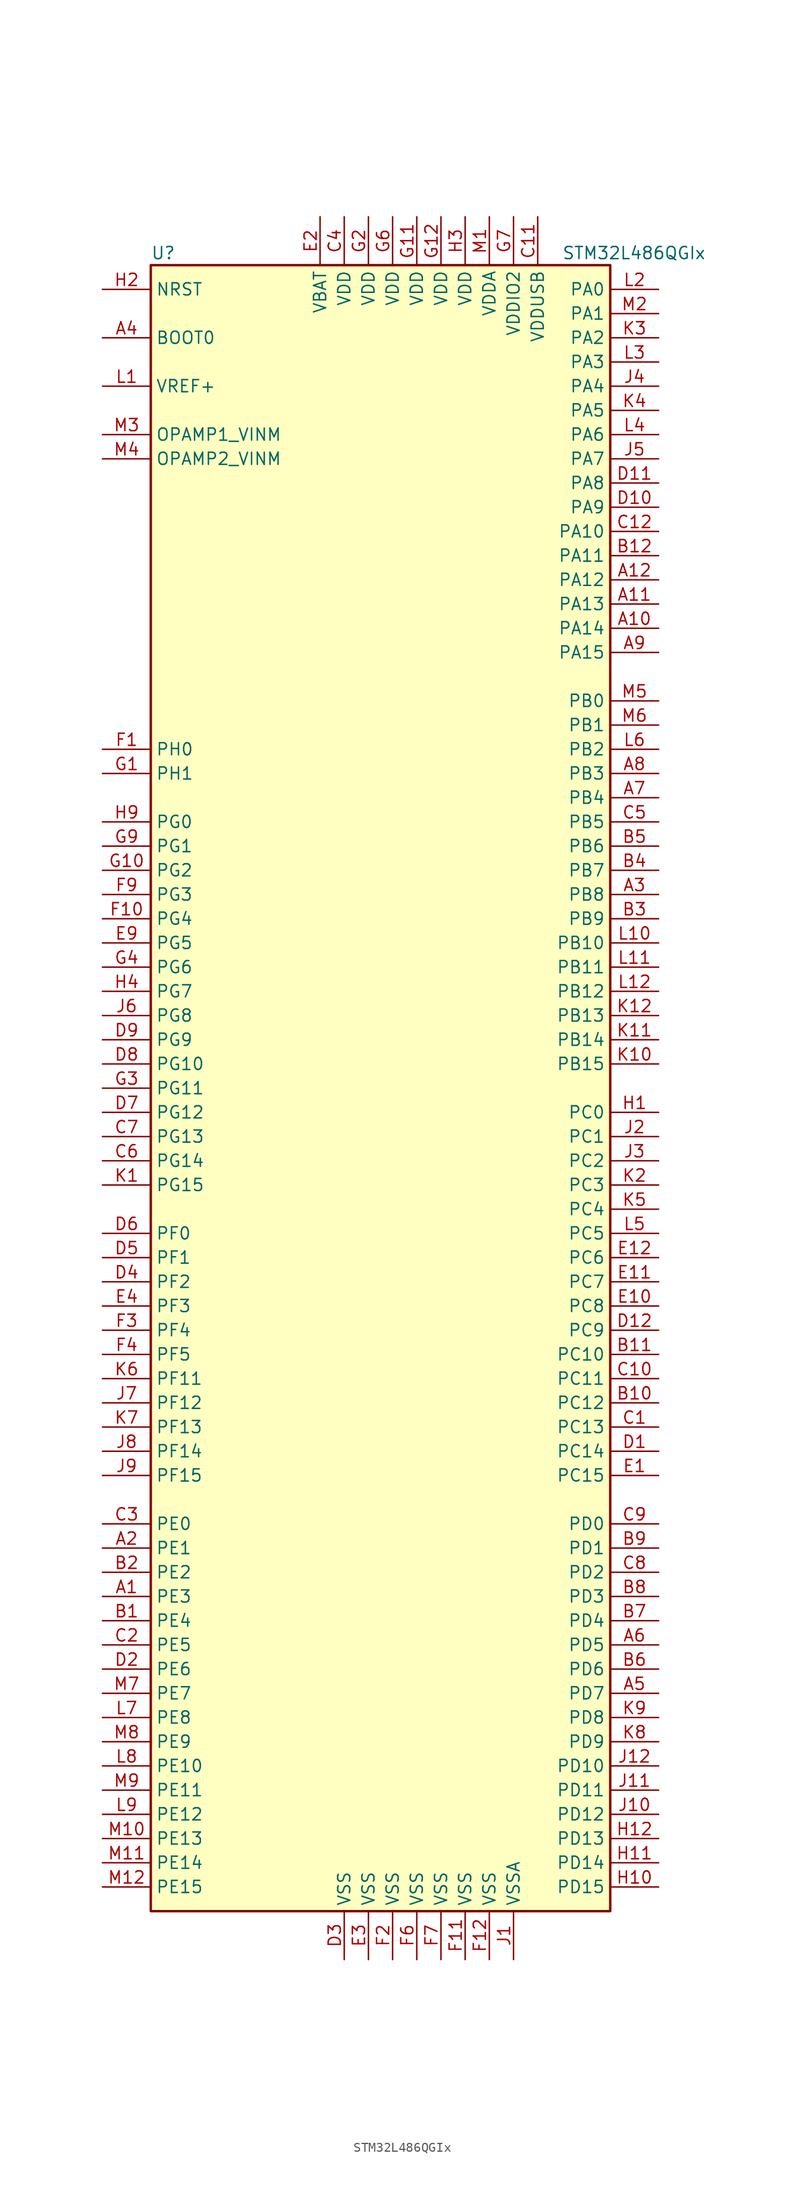
<source format=kicad_sym>
(kicad_symbol_lib
  (version 20220914)
  (generator kicad_symbol_editor)
  (symbol "STM32L486QGIx"
    (property "Reference" "U"
      (at -25.4 87.63 0)
      (effects (font (size 1.27 1.27)) (justify left)))
    (property "Value" "STM32L486QGIx"
      (at 17.78 87.63 0)
      (effects (font (size 1.27 1.27)) (justify left)))
    (symbol "STM32L486QGIx_0_1"
      (rectangle (start -25.4 -86.36) (end 22.86 86.36) (stroke (width 0.254) (type default)) (fill (type background))))
    (symbol "STM32L486QGIx_1_1"
      (pin bidirectional line (at -30.48 -53.34 0) (length 5.08) (name "PE3" (effects (font (size 1.27 1.27)))) (number "A1" (effects (font (size 1.27 1.27)))))
      (pin bidirectional line (at 27.94 48.26 180) (length 5.08) (name "PA14" (effects (font (size 1.27 1.27)))) (number "A10" (effects (font (size 1.27 1.27)))))
      (pin bidirectional line (at 27.94 50.8 180) (length 5.08) (name "PA13" (effects (font (size 1.27 1.27)))) (number "A11" (effects (font (size 1.27 1.27)))))
      (pin bidirectional line (at 27.94 53.34 180) (length 5.08) (name "PA12" (effects (font (size 1.27 1.27)))) (number "A12" (effects (font (size 1.27 1.27)))))
      (pin bidirectional line (at -30.48 -48.26 0) (length 5.08) (name "PE1" (effects (font (size 1.27 1.27)))) (number "A2" (effects (font (size 1.27 1.27)))))
      (pin bidirectional line (at 27.94 20.32 180) (length 5.08) (name "PB8" (effects (font (size 1.27 1.27)))) (number "A3" (effects (font (size 1.27 1.27)))))
      (pin input line (at -30.48 78.74 0) (length 5.08) (name "BOOT0" (effects (font (size 1.27 1.27)))) (number "A4" (effects (font (size 1.27 1.27)))))
      (pin bidirectional line (at 27.94 -63.5 180) (length 5.08) (name "PD7" (effects (font (size 1.27 1.27)))) (number "A5" (effects (font (size 1.27 1.27)))))
      (pin bidirectional line (at 27.94 -58.42 180) (length 5.08) (name "PD5" (effects (font (size 1.27 1.27)))) (number "A6" (effects (font (size 1.27 1.27)))))
      (pin bidirectional line (at 27.94 30.48 180) (length 5.08) (name "PB4" (effects (font (size 1.27 1.27)))) (number "A7" (effects (font (size 1.27 1.27)))))
      (pin bidirectional line (at 27.94 33.02 180) (length 5.08) (name "PB3" (effects (font (size 1.27 1.27)))) (number "A8" (effects (font (size 1.27 1.27)))))
      (pin bidirectional line (at 27.94 45.72 180) (length 5.08) (name "PA15" (effects (font (size 1.27 1.27)))) (number "A9" (effects (font (size 1.27 1.27)))))
      (pin bidirectional line (at -30.48 -55.88 0) (length 5.08) (name "PE4" (effects (font (size 1.27 1.27)))) (number "B1" (effects (font (size 1.27 1.27)))))
      (pin bidirectional line (at 27.94 -33.02 180) (length 5.08) (name "PC12" (effects (font (size 1.27 1.27)))) (number "B10" (effects (font (size 1.27 1.27)))))
      (pin bidirectional line (at 27.94 -27.94 180) (length 5.08) (name "PC10" (effects (font (size 1.27 1.27)))) (number "B11" (effects (font (size 1.27 1.27)))))
      (pin bidirectional line (at 27.94 55.88 180) (length 5.08) (name "PA11" (effects (font (size 1.27 1.27)))) (number "B12" (effects (font (size 1.27 1.27)))))
      (pin bidirectional line (at -30.48 -50.8 0) (length 5.08) (name "PE2" (effects (font (size 1.27 1.27)))) (number "B2" (effects (font (size 1.27 1.27)))))
      (pin bidirectional line (at 27.94 17.78 180) (length 5.08) (name "PB9" (effects (font (size 1.27 1.27)))) (number "B3" (effects (font (size 1.27 1.27)))))
      (pin bidirectional line (at 27.94 22.86 180) (length 5.08) (name "PB7" (effects (font (size 1.27 1.27)))) (number "B4" (effects (font (size 1.27 1.27)))))
      (pin bidirectional line (at 27.94 25.4 180) (length 5.08) (name "PB6" (effects (font (size 1.27 1.27)))) (number "B5" (effects (font (size 1.27 1.27)))))
      (pin bidirectional line (at 27.94 -60.96 180) (length 5.08) (name "PD6" (effects (font (size 1.27 1.27)))) (number "B6" (effects (font (size 1.27 1.27)))))
      (pin bidirectional line (at 27.94 -55.88 180) (length 5.08) (name "PD4" (effects (font (size 1.27 1.27)))) (number "B7" (effects (font (size 1.27 1.27)))))
      (pin bidirectional line (at 27.94 -53.34 180) (length 5.08) (name "PD3" (effects (font (size 1.27 1.27)))) (number "B8" (effects (font (size 1.27 1.27)))))
      (pin bidirectional line (at 27.94 -48.26 180) (length 5.08) (name "PD1" (effects (font (size 1.27 1.27)))) (number "B9" (effects (font (size 1.27 1.27)))))
      (pin bidirectional line (at 27.94 -35.56 180) (length 5.08) (name "PC13" (effects (font (size 1.27 1.27)))) (number "C1" (effects (font (size 1.27 1.27)))))
      (pin bidirectional line (at 27.94 -30.48 180) (length 5.08) (name "PC11" (effects (font (size 1.27 1.27)))) (number "C10" (effects (font (size 1.27 1.27)))))
      (pin power_in line (at 15.24 91.44 270) (length 5.08) (name "VDDUSB" (effects (font (size 1.27 1.27)))) (number "C11" (effects (font (size 1.27 1.27)))))
      (pin bidirectional line (at 27.94 58.42 180) (length 5.08) (name "PA10" (effects (font (size 1.27 1.27)))) (number "C12" (effects (font (size 1.27 1.27)))))
      (pin bidirectional line (at -30.48 -58.42 0) (length 5.08) (name "PE5" (effects (font (size 1.27 1.27)))) (number "C2" (effects (font (size 1.27 1.27)))))
      (pin bidirectional line (at -30.48 -45.72 0) (length 5.08) (name "PE0" (effects (font (size 1.27 1.27)))) (number "C3" (effects (font (size 1.27 1.27)))))
      (pin power_in line (at -5.08 91.44 270) (length 5.08) (name "VDD" (effects (font (size 1.27 1.27)))) (number "C4" (effects (font (size 1.27 1.27)))))
      (pin bidirectional line (at 27.94 27.94 180) (length 5.08) (name "PB5" (effects (font (size 1.27 1.27)))) (number "C5" (effects (font (size 1.27 1.27)))))
      (pin bidirectional line (at -30.48 -7.62 0) (length 5.08) (name "PG14" (effects (font (size 1.27 1.27)))) (number "C6" (effects (font (size 1.27 1.27)))))
      (pin bidirectional line (at -30.48 -5.08 0) (length 5.08) (name "PG13" (effects (font (size 1.27 1.27)))) (number "C7" (effects (font (size 1.27 1.27)))))
      (pin bidirectional line (at 27.94 -50.8 180) (length 5.08) (name "PD2" (effects (font (size 1.27 1.27)))) (number "C8" (effects (font (size 1.27 1.27)))))
      (pin bidirectional line (at 27.94 -45.72 180) (length 5.08) (name "PD0" (effects (font (size 1.27 1.27)))) (number "C9" (effects (font (size 1.27 1.27)))))
      (pin bidirectional line (at 27.94 -38.1 180) (length 5.08) (name "PC14" (effects (font (size 1.27 1.27)))) (number "D1" (effects (font (size 1.27 1.27)))))
      (pin bidirectional line (at 27.94 60.96 180) (length 5.08) (name "PA9" (effects (font (size 1.27 1.27)))) (number "D10" (effects (font (size 1.27 1.27)))))
      (pin bidirectional line (at 27.94 63.5 180) (length 5.08) (name "PA8" (effects (font (size 1.27 1.27)))) (number "D11" (effects (font (size 1.27 1.27)))))
      (pin bidirectional line (at 27.94 -25.4 180) (length 5.08) (name "PC9" (effects (font (size 1.27 1.27)))) (number "D12" (effects (font (size 1.27 1.27)))))
      (pin bidirectional line (at -30.48 -60.96 0) (length 5.08) (name "PE6" (effects (font (size 1.27 1.27)))) (number "D2" (effects (font (size 1.27 1.27)))))
      (pin power_in line (at -5.08 -91.44 90) (length 5.08) (name "VSS" (effects (font (size 1.27 1.27)))) (number "D3" (effects (font (size 1.27 1.27)))))
      (pin bidirectional line (at -30.48 -20.32 0) (length 5.08) (name "PF2" (effects (font (size 1.27 1.27)))) (number "D4" (effects (font (size 1.27 1.27)))))
      (pin bidirectional line (at -30.48 -17.78 0) (length 5.08) (name "PF1" (effects (font (size 1.27 1.27)))) (number "D5" (effects (font (size 1.27 1.27)))))
      (pin bidirectional line (at -30.48 -15.24 0) (length 5.08) (name "PF0" (effects (font (size 1.27 1.27)))) (number "D6" (effects (font (size 1.27 1.27)))))
      (pin bidirectional line (at -30.48 -2.54 0) (length 5.08) (name "PG12" (effects (font (size 1.27 1.27)))) (number "D7" (effects (font (size 1.27 1.27)))))
      (pin bidirectional line (at -30.48 2.54 0) (length 5.08) (name "PG10" (effects (font (size 1.27 1.27)))) (number "D8" (effects (font (size 1.27 1.27)))))
      (pin bidirectional line (at -30.48 5.08 0) (length 5.08) (name "PG9" (effects (font (size 1.27 1.27)))) (number "D9" (effects (font (size 1.27 1.27)))))
      (pin bidirectional line (at 27.94 -40.64 180) (length 5.08) (name "PC15" (effects (font (size 1.27 1.27)))) (number "E1" (effects (font (size 1.27 1.27)))))
      (pin bidirectional line (at 27.94 -22.86 180) (length 5.08) (name "PC8" (effects (font (size 1.27 1.27)))) (number "E10" (effects (font (size 1.27 1.27)))))
      (pin bidirectional line (at 27.94 -20.32 180) (length 5.08) (name "PC7" (effects (font (size 1.27 1.27)))) (number "E11" (effects (font (size 1.27 1.27)))))
      (pin bidirectional line (at 27.94 -17.78 180) (length 5.08) (name "PC6" (effects (font (size 1.27 1.27)))) (number "E12" (effects (font (size 1.27 1.27)))))
      (pin power_in line (at -7.62 91.44 270) (length 5.08) (name "VBAT" (effects (font (size 1.27 1.27)))) (number "E2" (effects (font (size 1.27 1.27)))))
      (pin power_in line (at -2.54 -91.44 90) (length 5.08) (name "VSS" (effects (font (size 1.27 1.27)))) (number "E3" (effects (font (size 1.27 1.27)))))
      (pin bidirectional line (at -30.48 -22.86 0) (length 5.08) (name "PF3" (effects (font (size 1.27 1.27)))) (number "E4" (effects (font (size 1.27 1.27)))))
      (pin bidirectional line (at -30.48 15.24 0) (length 5.08) (name "PG5" (effects (font (size 1.27 1.27)))) (number "E9" (effects (font (size 1.27 1.27)))))
      (pin input line (at -30.48 35.56 0) (length 5.08) (name "PH0" (effects (font (size 1.27 1.27)))) (number "F1" (effects (font (size 1.27 1.27)))))
      (pin bidirectional line (at -30.48 17.78 0) (length 5.08) (name "PG4" (effects (font (size 1.27 1.27)))) (number "F10" (effects (font (size 1.27 1.27)))))
      (pin power_in line (at 7.62 -91.44 90) (length 5.08) (name "VSS" (effects (font (size 1.27 1.27)))) (number "F11" (effects (font (size 1.27 1.27)))))
      (pin power_in line (at 10.16 -91.44 90) (length 5.08) (name "VSS" (effects (font (size 1.27 1.27)))) (number "F12" (effects (font (size 1.27 1.27)))))
      (pin power_in line (at 0 -91.44 90) (length 5.08) (name "VSS" (effects (font (size 1.27 1.27)))) (number "F2" (effects (font (size 1.27 1.27)))))
      (pin bidirectional line (at -30.48 -25.4 0) (length 5.08) (name "PF4" (effects (font (size 1.27 1.27)))) (number "F3" (effects (font (size 1.27 1.27)))))
      (pin bidirectional line (at -30.48 -27.94 0) (length 5.08) (name "PF5" (effects (font (size 1.27 1.27)))) (number "F4" (effects (font (size 1.27 1.27)))))
      (pin power_in line (at 2.54 -91.44 90) (length 5.08) (name "VSS" (effects (font (size 1.27 1.27)))) (number "F6" (effects (font (size 1.27 1.27)))))
      (pin power_in line (at 5.08 -91.44 90) (length 5.08) (name "VSS" (effects (font (size 1.27 1.27)))) (number "F7" (effects (font (size 1.27 1.27)))))
      (pin bidirectional line (at -30.48 20.32 0) (length 5.08) (name "PG3" (effects (font (size 1.27 1.27)))) (number "F9" (effects (font (size 1.27 1.27)))))
      (pin input line (at -30.48 33.02 0) (length 5.08) (name "PH1" (effects (font (size 1.27 1.27)))) (number "G1" (effects (font (size 1.27 1.27)))))
      (pin bidirectional line (at -30.48 22.86 0) (length 5.08) (name "PG2" (effects (font (size 1.27 1.27)))) (number "G10" (effects (font (size 1.27 1.27)))))
      (pin power_in line (at 2.54 91.44 270) (length 5.08) (name "VDD" (effects (font (size 1.27 1.27)))) (number "G11" (effects (font (size 1.27 1.27)))))
      (pin power_in line (at 5.08 91.44 270) (length 5.08) (name "VDD" (effects (font (size 1.27 1.27)))) (number "G12" (effects (font (size 1.27 1.27)))))
      (pin power_in line (at -2.54 91.44 270) (length 5.08) (name "VDD" (effects (font (size 1.27 1.27)))) (number "G2" (effects (font (size 1.27 1.27)))))
      (pin bidirectional line (at -30.48 0 0) (length 5.08) (name "PG11" (effects (font (size 1.27 1.27)))) (number "G3" (effects (font (size 1.27 1.27)))))
      (pin bidirectional line (at -30.48 12.7 0) (length 5.08) (name "PG6" (effects (font (size 1.27 1.27)))) (number "G4" (effects (font (size 1.27 1.27)))))
      (pin power_in line (at 0 91.44 270) (length 5.08) (name "VDD" (effects (font (size 1.27 1.27)))) (number "G6" (effects (font (size 1.27 1.27)))))
      (pin power_in line (at 12.7 91.44 270) (length 5.08) (name "VDDIO2" (effects (font (size 1.27 1.27)))) (number "G7" (effects (font (size 1.27 1.27)))))
      (pin bidirectional line (at -30.48 25.4 0) (length 5.08) (name "PG1" (effects (font (size 1.27 1.27)))) (number "G9" (effects (font (size 1.27 1.27)))))
      (pin bidirectional line (at 27.94 -2.54 180) (length 5.08) (name "PC0" (effects (font (size 1.27 1.27)))) (number "H1" (effects (font (size 1.27 1.27)))))
      (pin bidirectional line (at 27.94 -83.82 180) (length 5.08) (name "PD15" (effects (font (size 1.27 1.27)))) (number "H10" (effects (font (size 1.27 1.27)))))
      (pin bidirectional line (at 27.94 -81.28 180) (length 5.08) (name "PD14" (effects (font (size 1.27 1.27)))) (number "H11" (effects (font (size 1.27 1.27)))))
      (pin bidirectional line (at 27.94 -78.74 180) (length 5.08) (name "PD13" (effects (font (size 1.27 1.27)))) (number "H12" (effects (font (size 1.27 1.27)))))
      (pin input line (at -30.48 83.82 0) (length 5.08) (name "NRST" (effects (font (size 1.27 1.27)))) (number "H2" (effects (font (size 1.27 1.27)))))
      (pin power_in line (at 7.62 91.44 270) (length 5.08) (name "VDD" (effects (font (size 1.27 1.27)))) (number "H3" (effects (font (size 1.27 1.27)))))
      (pin bidirectional line (at -30.48 10.16 0) (length 5.08) (name "PG7" (effects (font (size 1.27 1.27)))) (number "H4" (effects (font (size 1.27 1.27)))))
      (pin bidirectional line (at -30.48 27.94 0) (length 5.08) (name "PG0" (effects (font (size 1.27 1.27)))) (number "H9" (effects (font (size 1.27 1.27)))))
      (pin power_in line (at 12.7 -91.44 90) (length 5.08) (name "VSSA" (effects (font (size 1.27 1.27)))) (number "J1" (effects (font (size 1.27 1.27)))))
      (pin bidirectional line (at 27.94 -76.2 180) (length 5.08) (name "PD12" (effects (font (size 1.27 1.27)))) (number "J10" (effects (font (size 1.27 1.27)))))
      (pin bidirectional line (at 27.94 -73.66 180) (length 5.08) (name "PD11" (effects (font (size 1.27 1.27)))) (number "J11" (effects (font (size 1.27 1.27)))))
      (pin bidirectional line (at 27.94 -71.12 180) (length 5.08) (name "PD10" (effects (font (size 1.27 1.27)))) (number "J12" (effects (font (size 1.27 1.27)))))
      (pin bidirectional line (at 27.94 -5.08 180) (length 5.08) (name "PC1" (effects (font (size 1.27 1.27)))) (number "J2" (effects (font (size 1.27 1.27)))))
      (pin bidirectional line (at 27.94 -7.62 180) (length 5.08) (name "PC2" (effects (font (size 1.27 1.27)))) (number "J3" (effects (font (size 1.27 1.27)))))
      (pin bidirectional line (at 27.94 73.66 180) (length 5.08) (name "PA4" (effects (font (size 1.27 1.27)))) (number "J4" (effects (font (size 1.27 1.27)))))
      (pin bidirectional line (at 27.94 66.04 180) (length 5.08) (name "PA7" (effects (font (size 1.27 1.27)))) (number "J5" (effects (font (size 1.27 1.27)))))
      (pin bidirectional line (at -30.48 7.62 0) (length 5.08) (name "PG8" (effects (font (size 1.27 1.27)))) (number "J6" (effects (font (size 1.27 1.27)))))
      (pin bidirectional line (at -30.48 -33.02 0) (length 5.08) (name "PF12" (effects (font (size 1.27 1.27)))) (number "J7" (effects (font (size 1.27 1.27)))))
      (pin bidirectional line (at -30.48 -38.1 0) (length 5.08) (name "PF14" (effects (font (size 1.27 1.27)))) (number "J8" (effects (font (size 1.27 1.27)))))
      (pin bidirectional line (at -30.48 -40.64 0) (length 5.08) (name "PF15" (effects (font (size 1.27 1.27)))) (number "J9" (effects (font (size 1.27 1.27)))))
      (pin bidirectional line (at -30.48 -10.16 0) (length 5.08) (name "PG15" (effects (font (size 1.27 1.27)))) (number "K1" (effects (font (size 1.27 1.27)))))
      (pin bidirectional line (at 27.94 2.54 180) (length 5.08) (name "PB15" (effects (font (size 1.27 1.27)))) (number "K10" (effects (font (size 1.27 1.27)))))
      (pin bidirectional line (at 27.94 5.08 180) (length 5.08) (name "PB14" (effects (font (size 1.27 1.27)))) (number "K11" (effects (font (size 1.27 1.27)))))
      (pin bidirectional line (at 27.94 7.62 180) (length 5.08) (name "PB13" (effects (font (size 1.27 1.27)))) (number "K12" (effects (font (size 1.27 1.27)))))
      (pin bidirectional line (at 27.94 -10.16 180) (length 5.08) (name "PC3" (effects (font (size 1.27 1.27)))) (number "K2" (effects (font (size 1.27 1.27)))))
      (pin bidirectional line (at 27.94 78.74 180) (length 5.08) (name "PA2" (effects (font (size 1.27 1.27)))) (number "K3" (effects (font (size 1.27 1.27)))))
      (pin bidirectional line (at 27.94 71.12 180) (length 5.08) (name "PA5" (effects (font (size 1.27 1.27)))) (number "K4" (effects (font (size 1.27 1.27)))))
      (pin bidirectional line (at 27.94 -12.7 180) (length 5.08) (name "PC4" (effects (font (size 1.27 1.27)))) (number "K5" (effects (font (size 1.27 1.27)))))
      (pin bidirectional line (at -30.48 -30.48 0) (length 5.08) (name "PF11" (effects (font (size 1.27 1.27)))) (number "K6" (effects (font (size 1.27 1.27)))))
      (pin bidirectional line (at -30.48 -35.56 0) (length 5.08) (name "PF13" (effects (font (size 1.27 1.27)))) (number "K7" (effects (font (size 1.27 1.27)))))
      (pin bidirectional line (at 27.94 -68.58 180) (length 5.08) (name "PD9" (effects (font (size 1.27 1.27)))) (number "K8" (effects (font (size 1.27 1.27)))))
      (pin bidirectional line (at 27.94 -66.04 180) (length 5.08) (name "PD8" (effects (font (size 1.27 1.27)))) (number "K9" (effects (font (size 1.27 1.27)))))
      (pin bidirectional line (at -30.48 73.66 0) (length 5.08) (name "VREF+" (effects (font (size 1.27 1.27)))) (number "L1" (effects (font (size 1.27 1.27)))))
      (pin bidirectional line (at 27.94 15.24 180) (length 5.08) (name "PB10" (effects (font (size 1.27 1.27)))) (number "L10" (effects (font (size 1.27 1.27)))))
      (pin bidirectional line (at 27.94 12.7 180) (length 5.08) (name "PB11" (effects (font (size 1.27 1.27)))) (number "L11" (effects (font (size 1.27 1.27)))))
      (pin bidirectional line (at 27.94 10.16 180) (length 5.08) (name "PB12" (effects (font (size 1.27 1.27)))) (number "L12" (effects (font (size 1.27 1.27)))))
      (pin bidirectional line (at 27.94 83.82 180) (length 5.08) (name "PA0" (effects (font (size 1.27 1.27)))) (number "L2" (effects (font (size 1.27 1.27)))))
      (pin bidirectional line (at 27.94 76.2 180) (length 5.08) (name "PA3" (effects (font (size 1.27 1.27)))) (number "L3" (effects (font (size 1.27 1.27)))))
      (pin bidirectional line (at 27.94 68.58 180) (length 5.08) (name "PA6" (effects (font (size 1.27 1.27)))) (number "L4" (effects (font (size 1.27 1.27)))))
      (pin bidirectional line (at 27.94 -15.24 180) (length 5.08) (name "PC5" (effects (font (size 1.27 1.27)))) (number "L5" (effects (font (size 1.27 1.27)))))
      (pin bidirectional line (at 27.94 35.56 180) (length 5.08) (name "PB2" (effects (font (size 1.27 1.27)))) (number "L6" (effects (font (size 1.27 1.27)))))
      (pin bidirectional line (at -30.48 -66.04 0) (length 5.08) (name "PE8" (effects (font (size 1.27 1.27)))) (number "L7" (effects (font (size 1.27 1.27)))))
      (pin bidirectional line (at -30.48 -71.12 0) (length 5.08) (name "PE10" (effects (font (size 1.27 1.27)))) (number "L8" (effects (font (size 1.27 1.27)))))
      (pin bidirectional line (at -30.48 -76.2 0) (length 5.08) (name "PE12" (effects (font (size 1.27 1.27)))) (number "L9" (effects (font (size 1.27 1.27)))))
      (pin power_in line (at 10.16 91.44 270) (length 5.08) (name "VDDA" (effects (font (size 1.27 1.27)))) (number "M1" (effects (font (size 1.27 1.27)))))
      (pin bidirectional line (at -30.48 -78.74 0) (length 5.08) (name "PE13" (effects (font (size 1.27 1.27)))) (number "M10" (effects (font (size 1.27 1.27)))))
      (pin bidirectional line (at -30.48 -81.28 0) (length 5.08) (name "PE14" (effects (font (size 1.27 1.27)))) (number "M11" (effects (font (size 1.27 1.27)))))
      (pin bidirectional line (at -30.48 -83.82 0) (length 5.08) (name "PE15" (effects (font (size 1.27 1.27)))) (number "M12" (effects (font (size 1.27 1.27)))))
      (pin bidirectional line (at 27.94 81.28 180) (length 5.08) (name "PA1" (effects (font (size 1.27 1.27)))) (number "M2" (effects (font (size 1.27 1.27)))))
      (pin bidirectional line (at -30.48 68.58 0) (length 5.08) (name "OPAMP1_VINM" (effects (font (size 1.27 1.27)))) (number "M3" (effects (font (size 1.27 1.27)))))
      (pin bidirectional line (at -30.48 66.04 0) (length 5.08) (name "OPAMP2_VINM" (effects (font (size 1.27 1.27)))) (number "M4" (effects (font (size 1.27 1.27)))))
      (pin bidirectional line (at 27.94 40.64 180) (length 5.08) (name "PB0" (effects (font (size 1.27 1.27)))) (number "M5" (effects (font (size 1.27 1.27)))))
      (pin bidirectional line (at 27.94 38.1 180) (length 5.08) (name "PB1" (effects (font (size 1.27 1.27)))) (number "M6" (effects (font (size 1.27 1.27)))))
      (pin bidirectional line (at -30.48 -63.5 0) (length 5.08) (name "PE7" (effects (font (size 1.27 1.27)))) (number "M7" (effects (font (size 1.27 1.27)))))
      (pin bidirectional line (at -30.48 -68.58 0) (length 5.08) (name "PE9" (effects (font (size 1.27 1.27)))) (number "M8" (effects (font (size 1.27 1.27)))))
      (pin bidirectional line (at -30.48 -73.66 0) (length 5.08) (name "PE11" (effects (font (size 1.27 1.27)))) (number "M9" (effects (font (size 1.27 1.27))))))))
</source>
